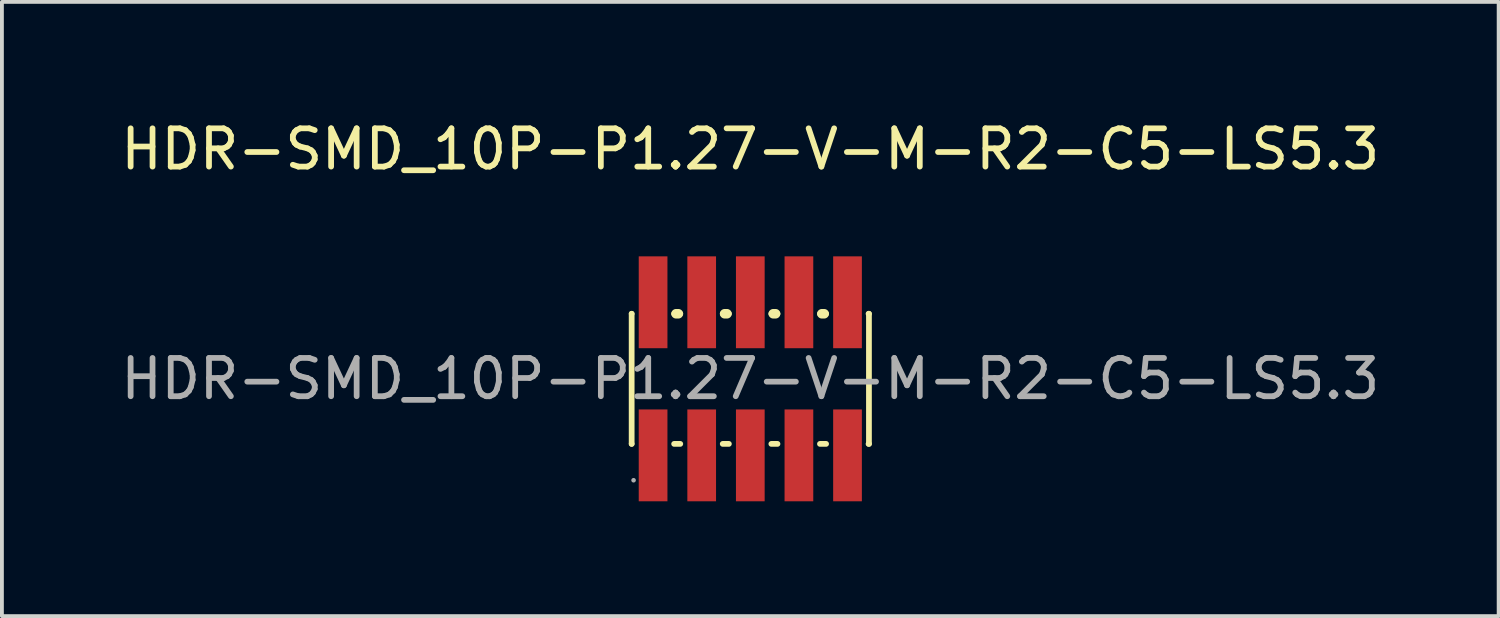
<source format=kicad_pcb>
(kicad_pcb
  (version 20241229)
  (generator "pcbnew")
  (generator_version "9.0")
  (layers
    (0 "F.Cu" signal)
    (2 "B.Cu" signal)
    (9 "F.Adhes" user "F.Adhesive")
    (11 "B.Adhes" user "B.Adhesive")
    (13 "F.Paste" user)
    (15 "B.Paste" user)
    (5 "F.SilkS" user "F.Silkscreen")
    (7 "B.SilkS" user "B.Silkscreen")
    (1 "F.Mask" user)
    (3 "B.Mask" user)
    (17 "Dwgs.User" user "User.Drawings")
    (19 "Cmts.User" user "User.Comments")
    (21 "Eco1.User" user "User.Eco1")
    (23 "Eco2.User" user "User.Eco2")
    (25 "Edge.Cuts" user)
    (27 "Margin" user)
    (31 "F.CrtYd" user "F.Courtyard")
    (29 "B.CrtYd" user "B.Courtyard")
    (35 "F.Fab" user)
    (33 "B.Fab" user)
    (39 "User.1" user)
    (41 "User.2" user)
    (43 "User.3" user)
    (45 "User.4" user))
  (footprint "HDR-SMD_10P-P1.27-V-M-R2-C5-LS5.3"
    (layer "F.Cu")
    (at 16.554 6.848)
    (property "Reference" "HDR-SMD_10P-P1.27-V-M-R2-C5-LS5.3" (at 0 -6 0) (layer "F.SilkS") (effects (font (size 1 1) (thickness 0.15))))
    (attr smd)
    (fp_line (start -3.1 -1.7) (end -3.1 -1.7) (stroke (width 0.15) (type solid)) (layer "F.SilkS"))
    (fp_line (start -3.1 -1.7) (end -3.1 1.7) (stroke (width 0.15) (type solid)) (layer "F.SilkS"))
    (fp_line (start -3.1 1.7) (end -3.1 1.7) (stroke (width 0.15) (type solid)) (layer "F.SilkS"))
    (fp_line (start -1.99 1.7) (end -1.83 1.7) (stroke (width 0.15) (type solid)) (layer "F.SilkS"))
    (fp_line (start -1.94 -1.7) (end -1.88 -1.7) (stroke (width 0.25) (type solid)) (layer "F.SilkS"))
    (fp_line (start -1.83 -1.7) (end -1.99 -1.7) (stroke (width 0.15) (type solid)) (layer "F.SilkS"))
    (fp_line (start -0.72 1.7) (end -0.56 1.7) (stroke (width 0.15) (type solid)) (layer "F.SilkS"))
    (fp_line (start -0.67 -1.7) (end -0.61 -1.7) (stroke (width 0.25) (type solid)) (layer "F.SilkS"))
    (fp_line (start -0.56 -1.7) (end -0.72 -1.7) (stroke (width 0.15) (type solid)) (layer "F.SilkS"))
    (fp_line (start 0.55 1.7) (end 0.71 1.7) (stroke (width 0.15) (type solid)) (layer "F.SilkS"))
    (fp_line (start 0.6 -1.7) (end 0.66 -1.7) (stroke (width 0.25) (type solid)) (layer "F.SilkS"))
    (fp_line (start 0.71 -1.7) (end 0.55 -1.7) (stroke (width 0.15) (type solid)) (layer "F.SilkS"))
    (fp_line (start 1.82 1.7) (end 1.98 1.7) (stroke (width 0.15) (type solid)) (layer "F.SilkS"))
    (fp_line (start 1.87 -1.7) (end 1.93 -1.7) (stroke (width 0.25) (type solid)) (layer "F.SilkS"))
    (fp_line (start 1.98 -1.7) (end 1.82 -1.7) (stroke (width 0.15) (type solid)) (layer "F.SilkS"))
    (fp_line (start 3.09 1.7) (end 3.1 1.7) (stroke (width 0.15) (type solid)) (layer "F.SilkS"))
    (fp_line (start 3.1 -1.7) (end 3.09 -1.7) (stroke (width 0.15) (type solid)) (layer "F.SilkS"))
    (fp_line (start 3.1 1.7) (end 3.1 -1.7) (stroke (width 0.15) (type solid)) (layer "F.SilkS"))
    (fp_circle (center -3.05 2.65) (end -3.02 2.65) (stroke (width 0.06) (type solid)) (fill no) (layer "F.Fab"))
    (fp_text user "${REFERENCE}" (at 0 0 0) (layer "F.Fab") (effects (font (size 1 1) (thickness 0.15))))
    (pad "1" smd rect (at -2.54 2) (size 0.75 2.4) (layers "F.Cu" "F.Mask" "F.Paste"))
    (pad "2" smd rect (at -2.54 -2) (size 0.75 2.4) (layers "F.Cu" "F.Mask" "F.Paste"))
    (pad "3" smd rect (at -1.27 2) (size 0.75 2.4) (layers "F.Cu" "F.Mask" "F.Paste"))
    (pad "4" smd rect (at -1.27 -2) (size 0.75 2.4) (layers "F.Cu" "F.Mask" "F.Paste"))
    (pad "5" smd rect (at 0 2) (size 0.75 2.4) (layers "F.Cu" "F.Mask" "F.Paste"))
    (pad "6" smd rect (at 0 -2) (size 0.75 2.4) (layers "F.Cu" "F.Mask" "F.Paste"))
    (pad "7" smd rect (at 1.27 2) (size 0.75 2.4) (layers "F.Cu" "F.Mask" "F.Paste"))
    (pad "8" smd rect (at 1.27 -2) (size 0.75 2.4) (layers "F.Cu" "F.Mask" "F.Paste"))
    (pad "9" smd rect (at 2.54 2) (size 0.75 2.4) (layers "F.Cu" "F.Mask" "F.Paste"))
    (pad "10" smd rect (at 2.54 -2) (size 0.75 2.4) (layers "F.Cu" "F.Mask" "F.Paste")))
  (gr_rect
    (start -3 -3)
    (end 36.107 13.048)
    (stroke (width 0.1) (type default))
    (fill no)
    (layer "Edge.Cuts")))
</source>
